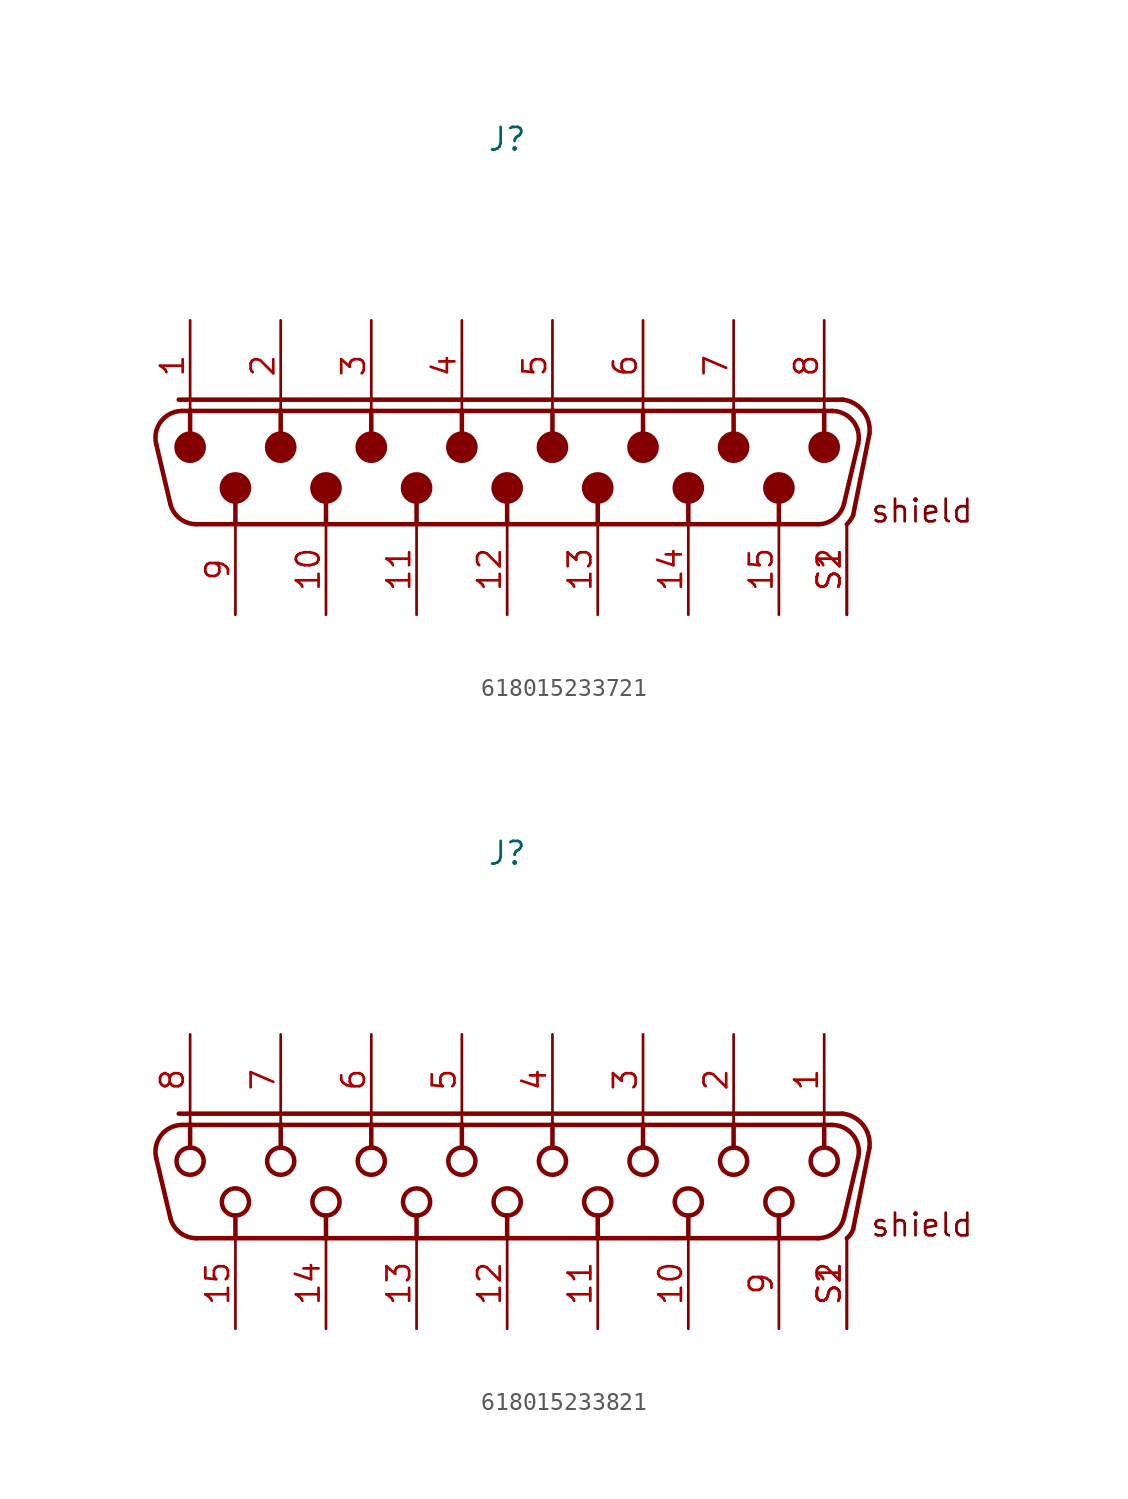
<source format=kicad_sym>
(kicad_symbol_lib
  (version 20241209)
  (generator "kicad_symbol_editor")
  (generator_version "9.0")
  (symbol "618015233721"
    (pin_names
      (hide yes))
    (property "Reference" "J"
      (at 0 17.78 0)
      (effects (font (size 1.27 1.27))))
    (symbol "618015233721_1_0"
      (polyline (pts (xy -18.893 -2.655) (xy -19.684 0.695)) (stroke (width 0.254) (type solid)) (fill (type none)))
      (polyline (pts (xy -18.415 3.175) (xy 18.82 3.175)) (stroke (width 0.254) (type solid)) (fill (type none)))
      (polyline (pts (xy -18.224 2.54) (xy 18.224 2.54)) (stroke (width 0.254) (type solid)) (fill (type none)))
      (arc (start -19.6842 0.695) (mid -19.4007 1.9707) (end -18.2243 2.54) (stroke (width 0.254) (type solid)) (fill (type none)))
      (polyline (pts (xy -17.78 2.58) (xy -17.78 0.4)) (stroke (width 0.254) (type solid)) (fill (type none)))
      (circle (center -17.78 0.508) (radius 0.762) (stroke (width 0.254) (type solid)) (fill (type outline)))
      (arc (start -17.433 -3.81) (mid -18.3638 -3.4862) (end -18.8928 -2.6547) (stroke (width 0.254) (type solid)) (fill (type none)))
      (circle (center -15.24 -1.778) (radius 0.762) (stroke (width 0.254) (type solid)) (fill (type outline)))
      (polyline (pts (xy -15.24 -3.81) (xy -15.24 -1.63)) (stroke (width 0.254) (type solid)) (fill (type none)))
      (polyline (pts (xy -12.7 2.58) (xy -12.7 0.4)) (stroke (width 0.254) (type solid)) (fill (type none)))
      (circle (center -12.7 0.508) (radius 0.762) (stroke (width 0.254) (type solid)) (fill (type outline)))
      (circle (center -10.16 -1.778) (radius 0.762) (stroke (width 0.254) (type solid)) (fill (type outline)))
      (polyline (pts (xy -10.16 -3.81) (xy -10.16 -1.63)) (stroke (width 0.254) (type solid)) (fill (type none)))
      (polyline (pts (xy -7.62 2.58) (xy -7.62 0.4)) (stroke (width 0.254) (type solid)) (fill (type none)))
      (circle (center -7.62 0.508) (radius 0.762) (stroke (width 0.254) (type solid)) (fill (type outline)))
      (circle (center -5.08 -1.778) (radius 0.762) (stroke (width 0.254) (type solid)) (fill (type outline)))
      (polyline (pts (xy -5.08 -3.81) (xy -5.08 -1.63)) (stroke (width 0.254) (type solid)) (fill (type none)))
      (polyline (pts (xy -2.54 2.58) (xy -2.54 0.4)) (stroke (width 0.254) (type solid)) (fill (type none)))
      (circle (center -2.54 0.508) (radius 0.762) (stroke (width 0.254) (type solid)) (fill (type outline)))
      (circle (center 0 -1.778) (radius 0.762) (stroke (width 0.254) (type solid)) (fill (type outline)))
      (polyline (pts (xy 0 -3.81) (xy 0 -1.63)) (stroke (width 0.254) (type solid)) (fill (type none)))
      (polyline (pts (xy 2.54 2.58) (xy 2.54 0.4)) (stroke (width 0.254) (type solid)) (fill (type none)))
      (circle (center 2.54 0.508) (radius 0.762) (stroke (width 0.254) (type solid)) (fill (type outline)))
      (circle (center 5.08 -1.778) (radius 0.762) (stroke (width 0.254) (type solid)) (fill (type outline)))
      (polyline (pts (xy 5.08 -3.81) (xy 5.08 -1.63)) (stroke (width 0.254) (type solid)) (fill (type none)))
      (polyline (pts (xy 7.62 2.58) (xy 7.62 0.4)) (stroke (width 0.254) (type solid)) (fill (type none)))
      (circle (center 7.62 0.508) (radius 0.762) (stroke (width 0.254) (type solid)) (fill (type outline)))
      (circle (center 10.16 -1.778) (radius 0.762) (stroke (width 0.254) (type solid)) (fill (type outline)))
      (polyline (pts (xy 10.16 -3.81) (xy 10.16 -1.63)) (stroke (width 0.254) (type solid)) (fill (type none)))
      (polyline (pts (xy 12.7 2.58) (xy 12.7 0.4)) (stroke (width 0.254) (type solid)) (fill (type none)))
      (circle (center 12.7 0.508) (radius 0.762) (stroke (width 0.254) (type solid)) (fill (type outline)))
      (circle (center 15.24 -1.778) (radius 0.762) (stroke (width 0.254) (type solid)) (fill (type outline)))
      (polyline (pts (xy 15.24 -3.81) (xy 15.24 -1.63)) (stroke (width 0.254) (type solid)) (fill (type none)))
      (arc (start 18.8928 -2.6548) (mid 18.3637 -3.4863) (end 17.4329 -3.81) (stroke (width 0.254) (type solid)) (fill (type none)))
      (polyline (pts (xy 17.433 -3.81) (xy -17.433 -3.81)) (stroke (width 0.254) (type solid)) (fill (type none)))
      (polyline (pts (xy 17.78 2.58) (xy 17.78 0.4)) (stroke (width 0.254) (type solid)) (fill (type none)))
      (circle (center 17.78 0.508) (radius 0.762) (stroke (width 0.254) (type solid)) (fill (type outline)))
      (arc (start 19.4039 -3.3037) (mid 19.2536 -3.5754) (end 19.05 -3.81) (stroke (width 0.254) (type solid)) (fill (type none)))
      (arc (start 18.2243 2.54) (mid 19.4007 1.9707) (end 19.6842 0.695) (stroke (width 0.254) (type solid)) (fill (type none)))
      (arc (start 18.82 3.175) (mid 19.9664 2.5346) (end 20.32 1.27) (stroke (width 0.254) (type solid)) (fill (type none)))
      (polyline (pts (xy 19.404 -3.304) (xy 20.32 1.27)) (stroke (width 0.254) (type solid)) (fill (type none)))
      (polyline (pts (xy 19.684 0.695) (xy 18.893 -2.655)) (stroke (width 0.254) (type solid)) (fill (type none)))
      (pin passive line (at -17.78 7.62 270) (length 5.08) (name "1" (effects (font (size 1.27 1.27)))) (number "1" (effects (font (size 1.27 1.27)))))
      (pin passive line (at -15.24 -8.89 90) (length 5.08) (name "9" (effects (font (size 1.27 1.27)))) (number "9" (effects (font (size 1.27 1.27)))))
      (pin passive line (at -12.7 7.62 270) (length 5.08) (name "2" (effects (font (size 1.27 1.27)))) (number "2" (effects (font (size 1.27 1.27)))))
      (pin passive line (at -10.16 -8.89 90) (length 5.08) (name "10" (effects (font (size 1.27 1.27)))) (number "10" (effects (font (size 1.27 1.27)))))
      (pin passive line (at -7.62 7.62 270) (length 5.08) (name "3" (effects (font (size 1.27 1.27)))) (number "3" (effects (font (size 1.27 1.27)))))
      (pin passive line (at -5.08 -8.89 90) (length 5.08) (name "11" (effects (font (size 1.27 1.27)))) (number "11" (effects (font (size 1.27 1.27)))))
      (pin passive line (at -2.54 7.62 270) (length 5.08) (name "4" (effects (font (size 1.27 1.27)))) (number "4" (effects (font (size 1.27 1.27)))))
      (pin passive line (at 0 -8.89 90) (length 5.08) (name "12" (effects (font (size 1.27 1.27)))) (number "12" (effects (font (size 1.27 1.27)))))
      (pin passive line (at 2.54 7.62 270) (length 5.08) (name "5" (effects (font (size 1.27 1.27)))) (number "5" (effects (font (size 1.27 1.27)))))
      (pin passive line (at 5.08 -8.89 90) (length 5.08) (name "13" (effects (font (size 1.27 1.27)))) (number "13" (effects (font (size 1.27 1.27)))))
      (pin passive line (at 7.62 7.62 270) (length 5.08) (name "6" (effects (font (size 1.27 1.27)))) (number "6" (effects (font (size 1.27 1.27)))))
      (pin passive line (at 10.16 -8.89 90) (length 5.08) (name "14" (effects (font (size 1.27 1.27)))) (number "14" (effects (font (size 1.27 1.27)))))
      (pin passive line (at 12.7 7.62 270) (length 5.08) (name "7" (effects (font (size 1.27 1.27)))) (number "7" (effects (font (size 1.27 1.27)))))
      (pin passive line (at 15.24 -8.89 90) (length 5.08) (name "15" (effects (font (size 1.27 1.27)))) (number "15" (effects (font (size 1.27 1.27)))))
      (pin passive line (at 17.78 7.62 270) (length 5.08) (name "8" (effects (font (size 1.27 1.27)))) (number "8" (effects (font (size 1.27 1.27)))))
      (pin passive line (at 19.05 -8.89 90) (length 5.08) (name "SHIELD" (effects (font (size 1.27 1.27)))) (number "S1" (effects (font (size 1.27 1.27)))))
      (pin passive line (at 19.05 -8.89 90) (length 5.08) (name "SHIELD" (effects (font (size 1.27 1.27)))) (number "S2" (effects (font (size 1.27 1.27))))))
    (symbol "618015233721_1_1"
      (text "shield" (at 20.32 -3.81 0) (effects (font (size 1.27 1.27)) (justify left bottom)))))
  (symbol "618015233821"
    (pin_names
      (hide yes))
    (property "Reference" "J"
      (at 0 17.78 0)
      (effects (font (size 1.27 1.27))))
    (symbol "618015233821_1_0"
      (polyline (pts (xy -18.893 -2.655) (xy -19.684 0.695)) (stroke (width 0.254) (type solid)) (fill (type none)))
      (polyline (pts (xy -18.415 3.175) (xy 18.82 3.175)) (stroke (width 0.254) (type solid)) (fill (type none)))
      (polyline (pts (xy -18.224 2.54) (xy 18.224 2.54)) (stroke (width 0.254) (type solid)) (fill (type none)))
      (arc (start -19.6842 0.695) (mid -19.4007 1.9707) (end -18.2243 2.54) (stroke (width 0.254) (type solid)) (fill (type none)))
      (polyline (pts (xy -17.78 2.58) (xy -17.78 1.3)) (stroke (width 0.254) (type solid)) (fill (type none)))
      (circle (center -17.78 0.508) (radius 0.762) (stroke (width 0.254) (type solid)) (fill (type none)))
      (arc (start -17.433 -3.81) (mid -18.3638 -3.4862) (end -18.8928 -2.6547) (stroke (width 0.254) (type solid)) (fill (type none)))
      (circle (center -15.24 -1.778) (radius 0.762) (stroke (width 0.254) (type solid)) (fill (type none)))
      (polyline (pts (xy -15.24 -2.54) (xy -15.24 -3.82)) (stroke (width 0.254) (type solid)) (fill (type none)))
      (polyline (pts (xy -12.7 2.58) (xy -12.7 1.3)) (stroke (width 0.254) (type solid)) (fill (type none)))
      (circle (center -12.7 0.508) (radius 0.762) (stroke (width 0.254) (type solid)) (fill (type none)))
      (circle (center -10.16 -1.778) (radius 0.762) (stroke (width 0.254) (type solid)) (fill (type none)))
      (polyline (pts (xy -10.16 -2.54) (xy -10.16 -3.82)) (stroke (width 0.254) (type solid)) (fill (type none)))
      (polyline (pts (xy -7.62 2.58) (xy -7.62 1.3)) (stroke (width 0.254) (type solid)) (fill (type none)))
      (circle (center -7.62 0.508) (radius 0.762) (stroke (width 0.254) (type solid)) (fill (type none)))
      (circle (center -5.08 -1.778) (radius 0.762) (stroke (width 0.254) (type solid)) (fill (type none)))
      (polyline (pts (xy -5.08 -2.54) (xy -5.08 -3.82)) (stroke (width 0.254) (type solid)) (fill (type none)))
      (polyline (pts (xy -2.54 2.58) (xy -2.54 1.3)) (stroke (width 0.254) (type solid)) (fill (type none)))
      (circle (center -2.54 0.508) (radius 0.762) (stroke (width 0.254) (type solid)) (fill (type none)))
      (circle (center 0 -1.778) (radius 0.762) (stroke (width 0.254) (type solid)) (fill (type none)))
      (polyline (pts (xy 0 -2.54) (xy 0 -3.82)) (stroke (width 0.254) (type solid)) (fill (type none)))
      (polyline (pts (xy 2.54 2.58) (xy 2.54 1.3)) (stroke (width 0.254) (type solid)) (fill (type none)))
      (circle (center 2.54 0.508) (radius 0.762) (stroke (width 0.254) (type solid)) (fill (type none)))
      (circle (center 5.08 -1.778) (radius 0.762) (stroke (width 0.254) (type solid)) (fill (type none)))
      (polyline (pts (xy 5.08 -2.54) (xy 5.08 -3.82)) (stroke (width 0.254) (type solid)) (fill (type none)))
      (polyline (pts (xy 7.62 2.58) (xy 7.62 1.3)) (stroke (width 0.254) (type solid)) (fill (type none)))
      (circle (center 7.62 0.508) (radius 0.762) (stroke (width 0.254) (type solid)) (fill (type none)))
      (circle (center 10.16 -1.778) (radius 0.762) (stroke (width 0.254) (type solid)) (fill (type none)))
      (polyline (pts (xy 10.16 -2.54) (xy 10.16 -3.82)) (stroke (width 0.254) (type solid)) (fill (type none)))
      (polyline (pts (xy 12.7 2.58) (xy 12.7 1.3)) (stroke (width 0.254) (type solid)) (fill (type none)))
      (circle (center 12.7 0.508) (radius 0.762) (stroke (width 0.254) (type solid)) (fill (type none)))
      (circle (center 15.24 -1.778) (radius 0.762) (stroke (width 0.254) (type solid)) (fill (type none)))
      (polyline (pts (xy 15.24 -2.54) (xy 15.24 -3.82)) (stroke (width 0.254) (type solid)) (fill (type none)))
      (arc (start 18.8928 -2.6548) (mid 18.3637 -3.4863) (end 17.4329 -3.81) (stroke (width 0.254) (type solid)) (fill (type none)))
      (polyline (pts (xy 17.433 -3.81) (xy -17.433 -3.81)) (stroke (width 0.254) (type solid)) (fill (type none)))
      (polyline (pts (xy 17.78 2.58) (xy 17.78 1.3)) (stroke (width 0.254) (type solid)) (fill (type none)))
      (circle (center 17.78 0.508) (radius 0.762) (stroke (width 0.254) (type solid)) (fill (type none)))
      (arc (start 18.2243 2.54) (mid 19.4007 1.9707) (end 19.6842 0.695) (stroke (width 0.254) (type solid)) (fill (type none)))
      (arc (start 19.4039 -3.3037) (mid 19.2648 -3.5833) (end 19.05 -3.81) (stroke (width 0.254) (type solid)) (fill (type none)))
      (arc (start 18.82 3.175) (mid 19.9664 2.5346) (end 20.32 1.27) (stroke (width 0.254) (type solid)) (fill (type none)))
      (polyline (pts (xy 19.404 -3.304) (xy 20.32 1.27)) (stroke (width 0.254) (type solid)) (fill (type none)))
      (polyline (pts (xy 19.684 0.695) (xy 18.893 -2.655)) (stroke (width 0.254) (type solid)) (fill (type none)))
      (pin passive line (at -17.78 7.62 270) (length 5.08) (name "8" (effects (font (size 1.27 1.27)))) (number "8" (effects (font (size 1.27 1.27)))))
      (pin passive line (at -15.24 -8.89 90) (length 5.08) (name "15" (effects (font (size 1.27 1.27)))) (number "15" (effects (font (size 1.27 1.27)))))
      (pin passive line (at -12.7 7.62 270) (length 5.08) (name "7" (effects (font (size 1.27 1.27)))) (number "7" (effects (font (size 1.27 1.27)))))
      (pin passive line (at -10.16 -8.89 90) (length 5.08) (name "14" (effects (font (size 1.27 1.27)))) (number "14" (effects (font (size 1.27 1.27)))))
      (pin passive line (at -7.62 7.62 270) (length 5.08) (name "6" (effects (font (size 1.27 1.27)))) (number "6" (effects (font (size 1.27 1.27)))))
      (pin passive line (at -5.08 -8.89 90) (length 5.08) (name "13" (effects (font (size 1.27 1.27)))) (number "13" (effects (font (size 1.27 1.27)))))
      (pin passive line (at -2.54 7.62 270) (length 5.08) (name "5" (effects (font (size 1.27 1.27)))) (number "5" (effects (font (size 1.27 1.27)))))
      (pin passive line (at 0 -8.89 90) (length 5.08) (name "12" (effects (font (size 1.27 1.27)))) (number "12" (effects (font (size 1.27 1.27)))))
      (pin passive line (at 2.54 7.62 270) (length 5.08) (name "4" (effects (font (size 1.27 1.27)))) (number "4" (effects (font (size 1.27 1.27)))))
      (pin passive line (at 5.08 -8.89 90) (length 5.08) (name "11" (effects (font (size 1.27 1.27)))) (number "11" (effects (font (size 1.27 1.27)))))
      (pin passive line (at 7.62 7.62 270) (length 5.08) (name "3" (effects (font (size 1.27 1.27)))) (number "3" (effects (font (size 1.27 1.27)))))
      (pin passive line (at 10.16 -8.89 90) (length 5.08) (name "10" (effects (font (size 1.27 1.27)))) (number "10" (effects (font (size 1.27 1.27)))))
      (pin passive line (at 12.7 7.62 270) (length 5.08) (name "2" (effects (font (size 1.27 1.27)))) (number "2" (effects (font (size 1.27 1.27)))))
      (pin passive line (at 15.24 -8.89 90) (length 5.08) (name "9" (effects (font (size 1.27 1.27)))) (number "9" (effects (font (size 1.27 1.27)))))
      (pin passive line (at 17.78 7.62 270) (length 5.08) (name "1" (effects (font (size 1.27 1.27)))) (number "1" (effects (font (size 1.27 1.27)))))
      (pin passive line (at 19.05 -8.89 90) (length 5.08) (name "SHIELD" (effects (font (size 1.27 1.27)))) (number "S1" (effects (font (size 1.27 1.27)))))
      (pin passive line (at 19.05 -8.89 90) (length 5.08) (name "SHIELD" (effects (font (size 1.27 1.27)))) (number "S2" (effects (font (size 1.27 1.27))))))
    (symbol "618015233821_1_1"
      (text "shield" (at 20.32 -3.81 0) (effects (font (size 1.27 1.27)) (justify left bottom))))))
</source>
